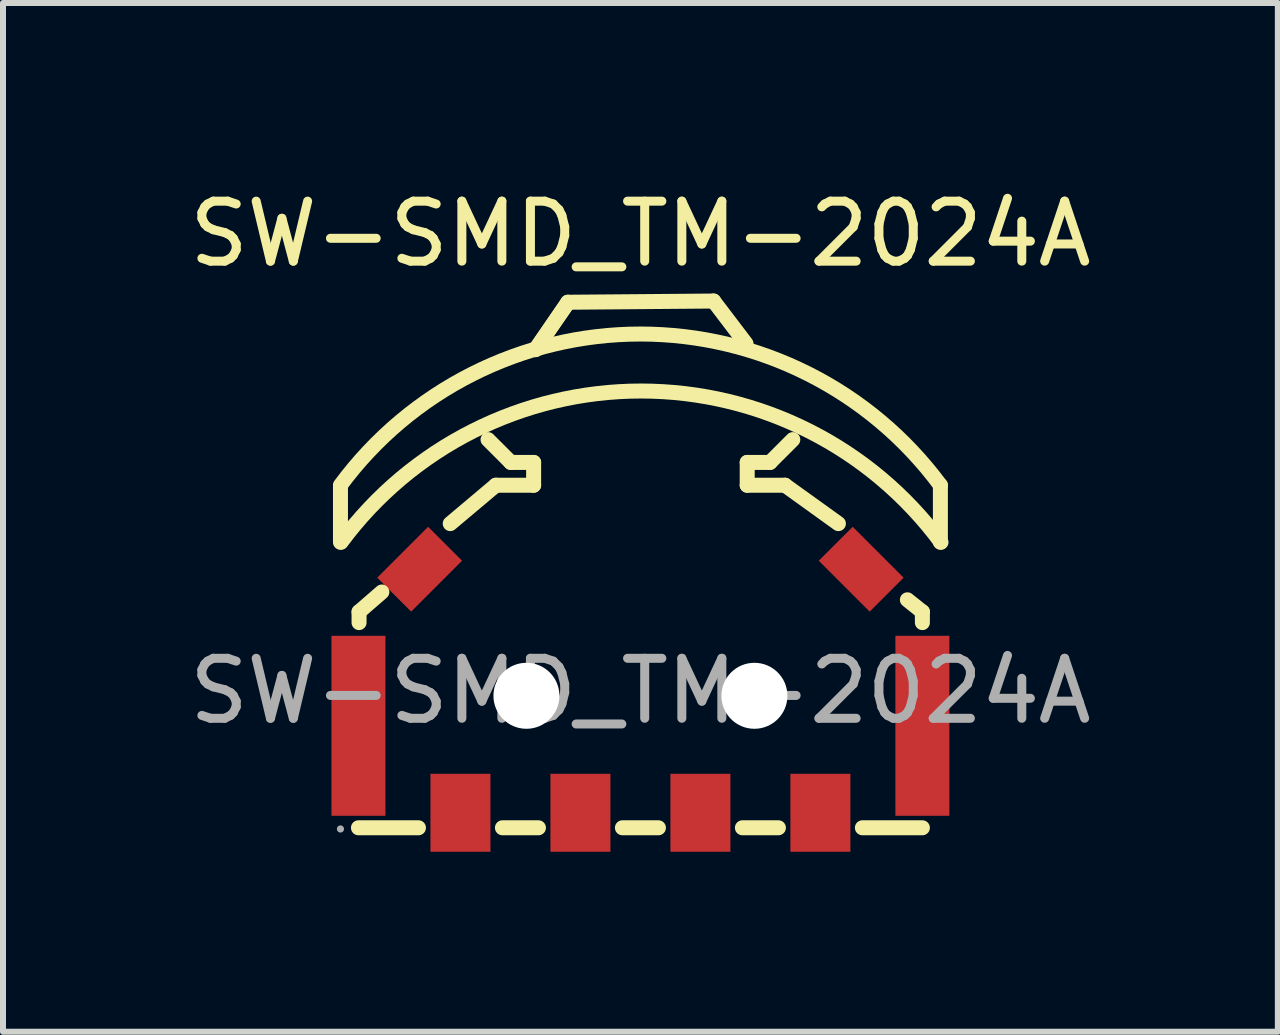
<source format=kicad_pcb>
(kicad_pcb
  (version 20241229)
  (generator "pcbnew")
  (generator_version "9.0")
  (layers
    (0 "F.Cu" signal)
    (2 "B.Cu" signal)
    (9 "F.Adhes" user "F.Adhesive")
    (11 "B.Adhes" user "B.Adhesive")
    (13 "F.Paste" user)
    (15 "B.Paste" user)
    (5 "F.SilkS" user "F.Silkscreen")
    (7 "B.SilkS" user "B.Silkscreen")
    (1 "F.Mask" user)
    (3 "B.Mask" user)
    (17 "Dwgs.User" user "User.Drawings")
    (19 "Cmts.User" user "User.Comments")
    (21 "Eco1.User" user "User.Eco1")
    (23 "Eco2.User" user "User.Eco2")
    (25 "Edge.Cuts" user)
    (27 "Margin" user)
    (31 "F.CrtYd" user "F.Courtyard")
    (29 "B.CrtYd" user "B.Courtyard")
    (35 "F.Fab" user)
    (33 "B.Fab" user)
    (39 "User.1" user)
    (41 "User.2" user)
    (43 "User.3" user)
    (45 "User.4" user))
  (footprint "SW-SMD_TM-2024A"
    (layer "F.Cu")
    (at 7.625 8.468)
    (property "Reference" "SW-SMD_TM-2024A" (at 0 -7.62 0) (layer "F.SilkS") (effects (font (size 1 1) (thickness 0.15))))
    (attr smd)
    (fp_line (start -5 -2.48) (end -5 -3.41) (stroke (width 0.25) (type solid)) (layer "F.SilkS"))
    (fp_line (start -4.7 2.28) (end -3.7 2.28) (stroke (width 0.25) (type solid)) (layer "F.SilkS"))
    (fp_line (start -4.69 -1.32) (end -4.31 -1.65) (stroke (width 0.25) (type solid)) (layer "F.SilkS"))
    (fp_line (start -4.69 -1.14) (end -4.69 -1.32) (stroke (width 0.25) (type solid)) (layer "F.SilkS"))
    (fp_line (start -2.54 -4.19) (end -2.16 -3.81) (stroke (width 0.25) (type solid)) (layer "F.SilkS"))
    (fp_line (start -2.41 -3.43) (end -3.17 -2.79) (stroke (width 0.25) (type solid)) (layer "F.SilkS"))
    (fp_line (start -2.3 2.28) (end -1.7 2.28) (stroke (width 0.25) (type solid)) (layer "F.SilkS"))
    (fp_line (start -2.16 -3.81) (end -1.78 -3.81) (stroke (width 0.25) (type solid)) (layer "F.SilkS"))
    (fp_line (start -1.78 -3.81) (end -1.78 -3.43) (stroke (width 0.25) (type solid)) (layer "F.SilkS"))
    (fp_line (start -1.78 -3.43) (end -2.41 -3.43) (stroke (width 0.25) (type solid)) (layer "F.SilkS"))
    (fp_line (start -1.75 -5.69) (end -1.21 -6.48) (stroke (width 0.25) (type solid)) (layer "F.SilkS"))
    (fp_line (start -1.21 -6.48) (end 1.22 -6.5) (stroke (width 0.25) (type solid)) (layer "F.SilkS"))
    (fp_line (start -1.21 -6.47) (end -1.75 -5.69) (stroke (width 0.25) (type solid)) (layer "F.SilkS"))
    (fp_line (start -0.3 2.28) (end 0.3 2.28) (stroke (width 0.25) (type solid)) (layer "F.SilkS"))
    (fp_line (start 1.22 -6.5) (end 1.76 -5.79) (stroke (width 0.25) (type solid)) (layer "F.SilkS"))
    (fp_line (start 1.7 2.28) (end 2.3 2.28) (stroke (width 0.25) (type solid)) (layer "F.SilkS"))
    (fp_line (start 1.78 -3.81) (end 1.78 -3.43) (stroke (width 0.25) (type solid)) (layer "F.SilkS"))
    (fp_line (start 1.78 -3.43) (end 2.41 -3.43) (stroke (width 0.25) (type solid)) (layer "F.SilkS"))
    (fp_line (start 2.16 -3.81) (end 1.78 -3.81) (stroke (width 0.25) (type solid)) (layer "F.SilkS"))
    (fp_line (start 2.41 -3.43) (end 3.3 -2.79) (stroke (width 0.25) (type solid)) (layer "F.SilkS"))
    (fp_line (start 2.54 -4.19) (end 2.16 -3.81) (stroke (width 0.25) (type solid)) (layer "F.SilkS"))
    (fp_line (start 3.7 2.28) (end 4.7 2.28) (stroke (width 0.25) (type solid)) (layer "F.SilkS"))
    (fp_line (start 4.7 -1.32) (end 4.45 -1.52) (stroke (width 0.25) (type solid)) (layer "F.SilkS"))
    (fp_line (start 4.7 -1.14) (end 4.7 -1.32) (stroke (width 0.25) (type solid)) (layer "F.SilkS"))
    (fp_line (start 5 -2.48) (end 5 -3.43) (stroke (width 0.25) (type solid)) (layer "F.SilkS"))
    (fp_arc (start -5 -3.43) (mid 0.000157 -5.950129) (end 5.000186 -3.429748) (stroke (width 0.25) (type solid)) (layer "F.SilkS"))
    (fp_arc (start -4.99 -2.48) (mid 0.010157 -5.000129) (end 5.010186 -2.479748) (stroke (width 0.25) (type solid)) (layer "F.SilkS"))
    (fp_circle (center -5 2.3) (end -4.97 2.3) (stroke (width 0.06) (type solid)) (fill no) (layer "F.Fab"))
    (fp_text user "${REFERENCE}" (at 0 0 0) (layer "F.Fab") (effects (font (size 1 1) (thickness 0.15))))
    (pad "" np_thru_hole circle (at -1.9 0.08) (size 1.1 1.1) (drill 1.1) (layers "*.Cu" "*.Mask"))
    (pad "" np_thru_hole circle (at 1.9 0.08) (size 1.1 1.1) (drill 1.1) (layers "*.Cu" "*.Mask"))
    (pad "1" smd rect (at -3 2.03) (size 1 1.3) (layers "F.Cu" "F.Mask" "F.Paste"))
    (pad "2" smd rect (at 3 2.03) (size 1 1.3) (layers "F.Cu" "F.Mask" "F.Paste"))
    (pad "3" smd rect (at -1 2.03) (size 1 1.3) (layers "F.Cu" "F.Mask" "F.Paste"))
    (pad "4" smd rect (at 1 2.03) (size 1 1.3) (layers "F.Cu" "F.Mask" "F.Paste"))
    (pad "5" smd rect (at -4.7 0.58) (size 0.9 3) (layers "F.Cu" "F.Mask" "F.Paste"))
    (pad "6" smd rect (at 4.7 0.58) (size 0.9 3) (layers "F.Cu" "F.Mask" "F.Paste"))
    (pad "7" smd rect (at -3.68 -2.03 45) (size 1.2 0.8) (layers "F.Cu" "F.Mask" "F.Paste"))
    (pad "8" smd rect (at 3.68 -2.03 315) (size 1.2 0.8) (layers "F.Cu" "F.Mask" "F.Paste")))
  (gr_rect
    (start -3 -3)
    (end 18.25 14.148)
    (stroke (width 0.1) (type default))
    (fill no)
    (layer "Edge.Cuts")))
</source>
